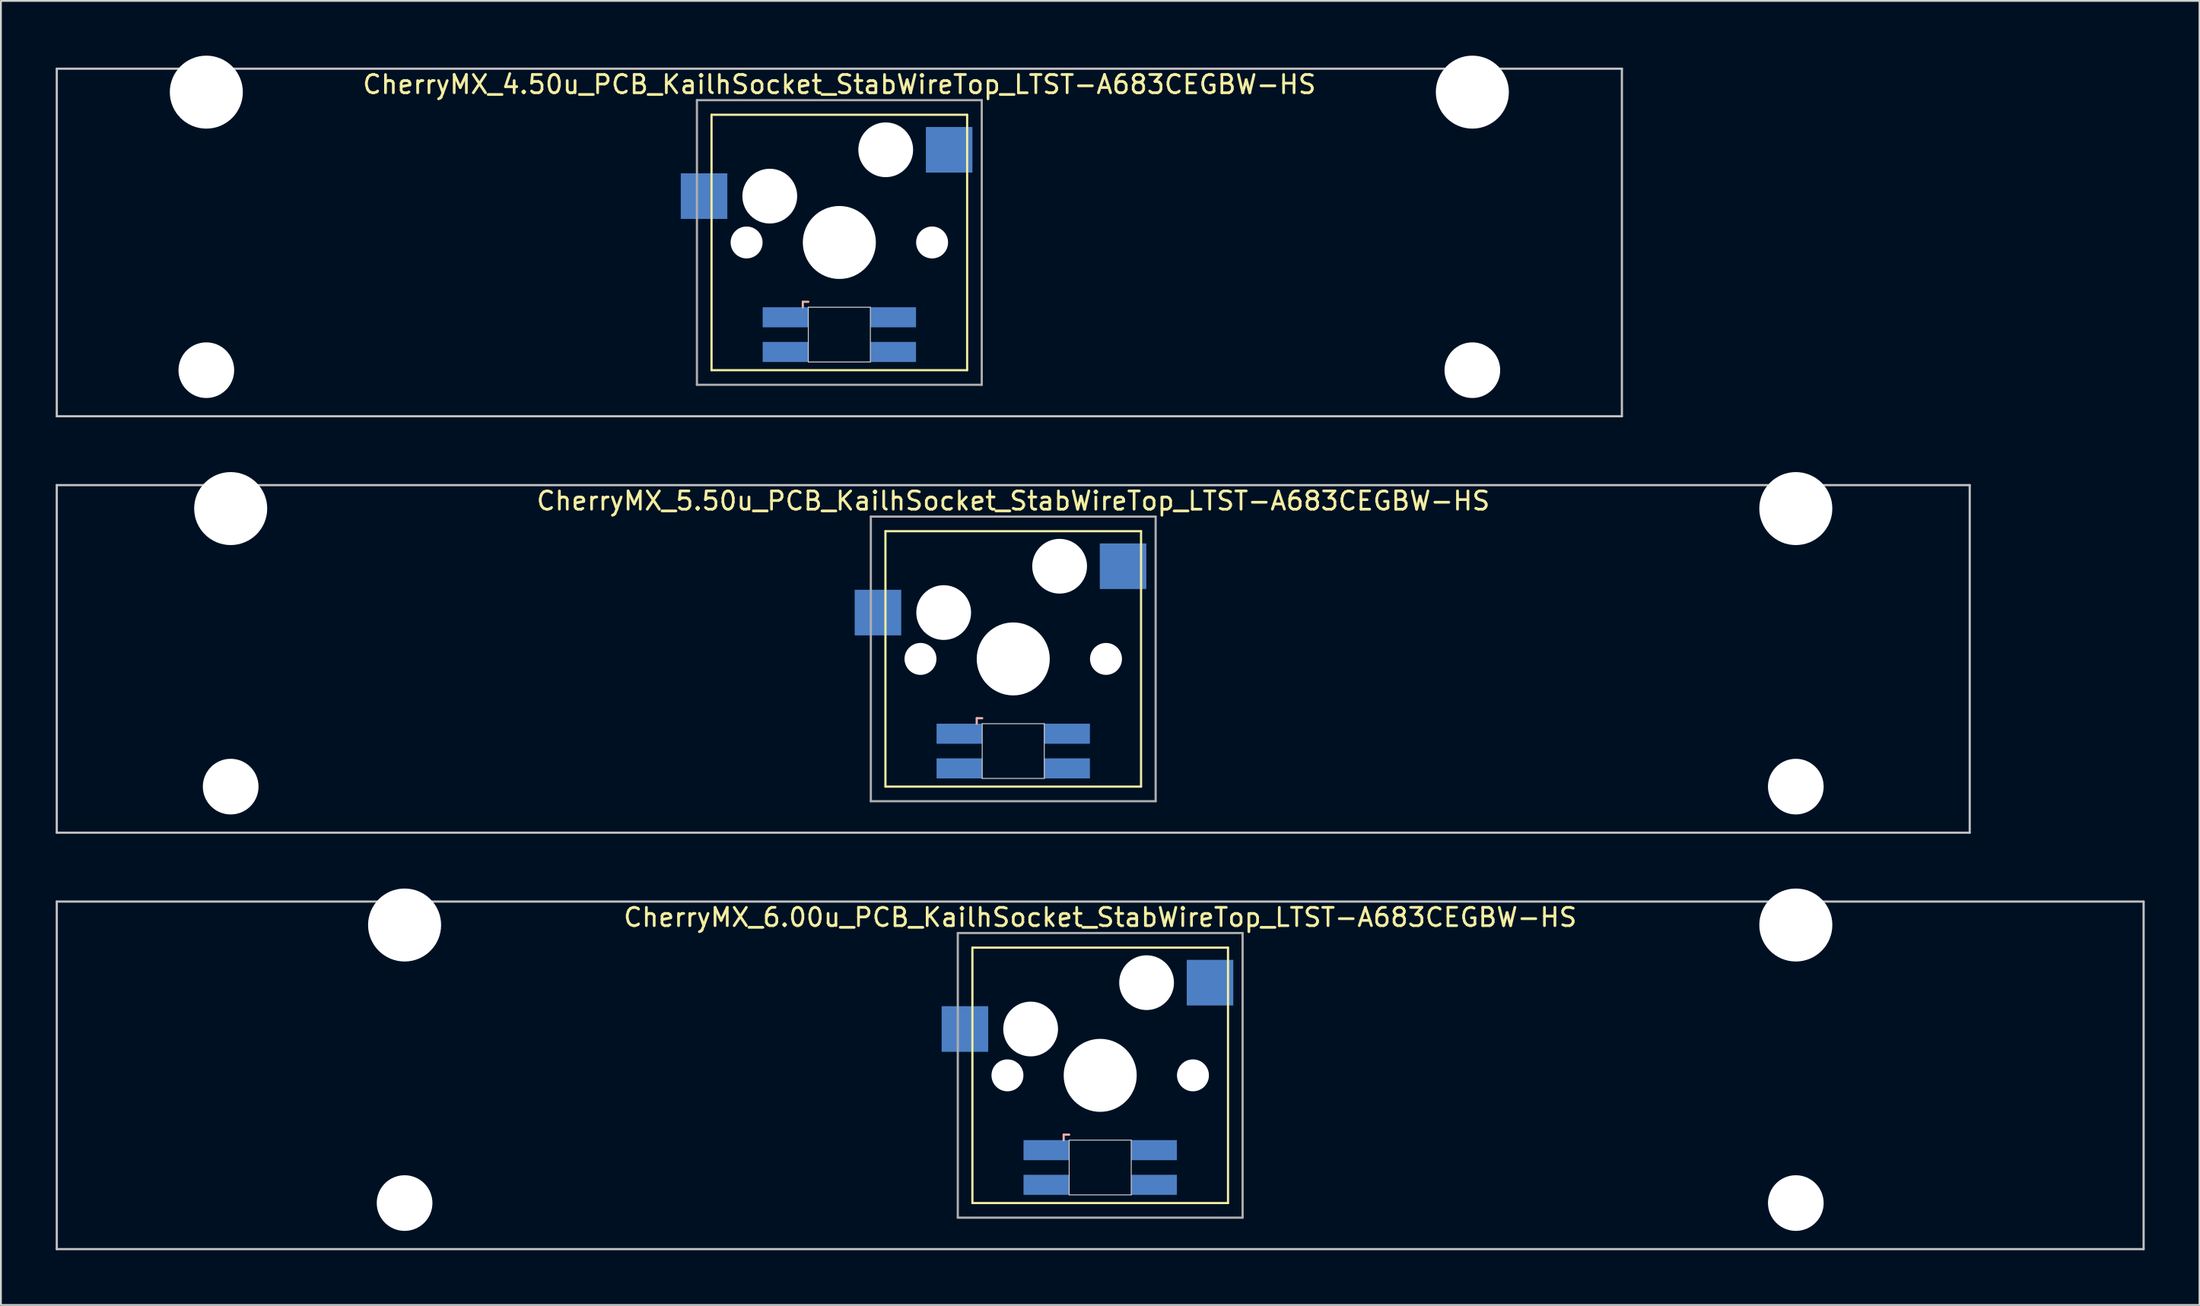
<source format=kicad_pcb>
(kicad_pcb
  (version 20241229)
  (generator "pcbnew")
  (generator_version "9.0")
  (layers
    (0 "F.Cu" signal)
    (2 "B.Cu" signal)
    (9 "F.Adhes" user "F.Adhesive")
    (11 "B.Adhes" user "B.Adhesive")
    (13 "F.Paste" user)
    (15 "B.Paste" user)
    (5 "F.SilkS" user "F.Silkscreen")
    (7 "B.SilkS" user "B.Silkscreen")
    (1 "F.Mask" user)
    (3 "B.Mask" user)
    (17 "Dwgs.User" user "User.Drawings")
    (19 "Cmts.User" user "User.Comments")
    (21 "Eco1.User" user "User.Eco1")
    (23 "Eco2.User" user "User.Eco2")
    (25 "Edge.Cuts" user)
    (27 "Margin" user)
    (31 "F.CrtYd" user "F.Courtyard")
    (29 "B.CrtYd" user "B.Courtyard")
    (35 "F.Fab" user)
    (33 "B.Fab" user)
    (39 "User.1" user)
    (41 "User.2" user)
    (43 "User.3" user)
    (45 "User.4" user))
  (footprint "CherryMX_6.00u_PCB_KailhSocket_StabWireTop_LTST-A683CEGBW-HS"
    (layer "F.Cu")
    (at 57.21 55.89)
    (property "Reference" "CherryMX_6.00u_PCB_KailhSocket_StabWireTop_LTST-A683CEGBW-HS" (at 0 -8.662 0) (layer "F.SilkS") (effects (font (size 1 1) (thickness 0.15))))
    (attr through_hole)
    (fp_line (start -7 -7) (end -7 7) (stroke (width 0.12) (type solid)) (layer "F.SilkS"))
    (fp_line (start -7 -7) (end 7 -7) (stroke (width 0.12) (type solid)) (layer "F.SilkS"))
    (fp_line (start 7 -7) (end 7 7) (stroke (width 0.12) (type solid)) (layer "F.SilkS"))
    (fp_line (start 7 7) (end -7 7) (stroke (width 0.12) (type solid)) (layer "F.SilkS"))
    (fp_line (start -2 3.25) (end -2 3.55) (stroke (width 0.12) (type solid)) (layer "B.SilkS"))
    (fp_line (start -1.7 3.25) (end -2 3.25) (stroke (width 0.12) (type solid)) (layer "B.SilkS"))
    (fp_line (start -57.15 -9.525) (end 57.15 -9.525) (stroke (width 0.12) (type solid)) (layer "Dwgs.User"))
    (fp_line (start -57.15 9.525) (end -57.15 -9.525) (stroke (width 0.12) (type solid)) (layer "Dwgs.User"))
    (fp_line (start 57.15 -9.525) (end 57.15 9.525) (stroke (width 0.12) (type solid)) (layer "Dwgs.User"))
    (fp_line (start 57.15 9.525) (end -57.15 9.525) (stroke (width 0.12) (type solid)) (layer "Dwgs.User"))
    (fp_line (start -1.7 3.55) (end 1.7 3.55) (stroke (width 0.05) (type solid)) (layer "Edge.Cuts"))
    (fp_line (start -1.7 6.55) (end -1.7 3.55) (stroke (width 0.05) (type solid)) (layer "Edge.Cuts"))
    (fp_line (start 1.7 3.55) (end 1.7 6.55) (stroke (width 0.05) (type solid)) (layer "Edge.Cuts"))
    (fp_line (start 1.7 6.55) (end -1.7 6.55) (stroke (width 0.05) (type solid)) (layer "Edge.Cuts"))
    (fp_line (start -7.8 -7.8) (end -7.8 7.8) (stroke (width 0.12) (type solid)) (layer "F.Fab"))
    (fp_line (start -7.8 -7.8) (end 7.8 -7.8) (stroke (width 0.12) (type solid)) (layer "F.Fab"))
    (fp_line (start -7.8 7.8) (end 7.8 7.8) (stroke (width 0.12) (type solid)) (layer "F.Fab"))
    (fp_line (start 7.8 -7.8) (end 7.8 7.8) (stroke (width 0.12) (type solid)) (layer "F.Fab"))
    (pad "" np_thru_hole circle (at -38.1 -8.24) (size 4 4) (drill 4) (layers "*.Cu" "*.Mask"))
    (pad "" np_thru_hole circle (at -38.1 7) (size 3.05 3.05) (drill 3.05) (layers "*.Cu" "*.Mask"))
    (pad "" np_thru_hole circle (at -5.08 0) (size 1.75 1.75) (drill 1.75) (layers "*.Cu" "*.Mask"))
    (pad "" np_thru_hole circle (at -3.81 -2.54) (size 3 3) (drill 3) (layers "*.Cu" "*.Mask"))
    (pad "" np_thru_hole circle (at 0 0) (size 4 4) (drill 4) (layers "*.Cu" "*.Mask"))
    (pad "" np_thru_hole circle (at 2.54 -5.08) (size 3 3) (drill 3) (layers "*.Cu" "*.Mask"))
    (pad "" np_thru_hole circle (at 5.08 0) (size 1.75 1.75) (drill 1.75) (layers "*.Cu" "*.Mask"))
    (pad "" np_thru_hole circle (at 38.1 -8.24) (size 4 4) (drill 4) (layers "*.Cu" "*.Mask"))
    (pad "" np_thru_hole circle (at 38.1 7) (size 3.05 3.05) (drill 3.05) (layers "*.Cu" "*.Mask"))
    (pad "1" smd rect (at -7.41 -2.54) (size 2.55 2.5) (layers "B.Cu" "B.Mask" "B.Paste"))
    (pad "2" smd rect (at 6.015 -5.08) (size 2.55 2.5) (layers "B.Cu" "B.Mask" "B.Paste"))
    (pad "3" smd rect (at -2.95 4.1) (size 2.5 1.1) (layers "B.Cu" "B.Mask" "B.Paste"))
    (pad "4" smd rect (at -2.95 6) (size 2.5 1.1) (layers "B.Cu" "B.Mask" "B.Paste"))
    (pad "5" smd rect (at 2.95 4.1) (size 2.5 1.1) (layers "B.Cu" "B.Mask" "B.Paste"))
    (pad "6" smd rect (at 2.95 6) (size 2.5 1.1) (layers "B.Cu" "B.Mask" "B.Paste")))
  (footprint "CherryMX_5.50u_PCB_KailhSocket_StabWireTop_LTST-A683CEGBW-HS"
    (layer "F.Cu")
    (at 52.447 33.065)
    (property "Reference" "CherryMX_5.50u_PCB_KailhSocket_StabWireTop_LTST-A683CEGBW-HS" (at 0 -8.662 0) (layer "F.SilkS") (effects (font (size 1 1) (thickness 0.15))))
    (attr through_hole)
    (fp_line (start -7 -7) (end -7 7) (stroke (width 0.12) (type solid)) (layer "F.SilkS"))
    (fp_line (start -7 -7) (end 7 -7) (stroke (width 0.12) (type solid)) (layer "F.SilkS"))
    (fp_line (start 7 -7) (end 7 7) (stroke (width 0.12) (type solid)) (layer "F.SilkS"))
    (fp_line (start 7 7) (end -7 7) (stroke (width 0.12) (type solid)) (layer "F.SilkS"))
    (fp_line (start -2 3.25) (end -2 3.55) (stroke (width 0.12) (type solid)) (layer "B.SilkS"))
    (fp_line (start -1.7 3.25) (end -2 3.25) (stroke (width 0.12) (type solid)) (layer "B.SilkS"))
    (fp_line (start -52.388 -9.525) (end 52.388 -9.525) (stroke (width 0.12) (type solid)) (layer "Dwgs.User"))
    (fp_line (start -52.388 9.525) (end -52.388 -9.525) (stroke (width 0.12) (type solid)) (layer "Dwgs.User"))
    (fp_line (start 52.388 -9.525) (end 52.388 9.525) (stroke (width 0.12) (type solid)) (layer "Dwgs.User"))
    (fp_line (start 52.388 9.525) (end -52.388 9.525) (stroke (width 0.12) (type solid)) (layer "Dwgs.User"))
    (fp_line (start -1.7 3.55) (end 1.7 3.55) (stroke (width 0.05) (type solid)) (layer "Edge.Cuts"))
    (fp_line (start -1.7 6.55) (end -1.7 3.55) (stroke (width 0.05) (type solid)) (layer "Edge.Cuts"))
    (fp_line (start 1.7 3.55) (end 1.7 6.55) (stroke (width 0.05) (type solid)) (layer "Edge.Cuts"))
    (fp_line (start 1.7 6.55) (end -1.7 6.55) (stroke (width 0.05) (type solid)) (layer "Edge.Cuts"))
    (fp_line (start -7.8 -7.8) (end -7.8 7.8) (stroke (width 0.12) (type solid)) (layer "F.Fab"))
    (fp_line (start -7.8 -7.8) (end 7.8 -7.8) (stroke (width 0.12) (type solid)) (layer "F.Fab"))
    (fp_line (start -7.8 7.8) (end 7.8 7.8) (stroke (width 0.12) (type solid)) (layer "F.Fab"))
    (fp_line (start 7.8 -7.8) (end 7.8 7.8) (stroke (width 0.12) (type solid)) (layer "F.Fab"))
    (pad "" np_thru_hole circle (at -42.862 -8.24) (size 4 4) (drill 4) (layers "*.Cu" "*.Mask"))
    (pad "" np_thru_hole circle (at -42.862 7) (size 3.05 3.05) (drill 3.05) (layers "*.Cu" "*.Mask"))
    (pad "" np_thru_hole circle (at -5.08 0) (size 1.75 1.75) (drill 1.75) (layers "*.Cu" "*.Mask"))
    (pad "" np_thru_hole circle (at -3.81 -2.54) (size 3 3) (drill 3) (layers "*.Cu" "*.Mask"))
    (pad "" np_thru_hole circle (at 0 0) (size 4 4) (drill 4) (layers "*.Cu" "*.Mask"))
    (pad "" np_thru_hole circle (at 2.54 -5.08) (size 3 3) (drill 3) (layers "*.Cu" "*.Mask"))
    (pad "" np_thru_hole circle (at 5.08 0) (size 1.75 1.75) (drill 1.75) (layers "*.Cu" "*.Mask"))
    (pad "" np_thru_hole circle (at 42.862 -8.24) (size 4 4) (drill 4) (layers "*.Cu" "*.Mask"))
    (pad "" np_thru_hole circle (at 42.862 7) (size 3.05 3.05) (drill 3.05) (layers "*.Cu" "*.Mask"))
    (pad "1" smd rect (at -7.41 -2.54) (size 2.55 2.5) (layers "B.Cu" "B.Mask" "B.Paste"))
    (pad "2" smd rect (at 6.015 -5.08) (size 2.55 2.5) (layers "B.Cu" "B.Mask" "B.Paste"))
    (pad "3" smd rect (at -2.95 4.1) (size 2.5 1.1) (layers "B.Cu" "B.Mask" "B.Paste"))
    (pad "4" smd rect (at -2.95 6) (size 2.5 1.1) (layers "B.Cu" "B.Mask" "B.Paste"))
    (pad "5" smd rect (at 2.95 4.1) (size 2.5 1.1) (layers "B.Cu" "B.Mask" "B.Paste"))
    (pad "6" smd rect (at 2.95 6) (size 2.5 1.1) (layers "B.Cu" "B.Mask" "B.Paste")))
  (footprint "CherryMX_4.50u_PCB_KailhSocket_StabWireTop_LTST-A683CEGBW-HS"
    (layer "F.Cu")
    (at 42.922 10.24)
    (property "Reference" "CherryMX_4.50u_PCB_KailhSocket_StabWireTop_LTST-A683CEGBW-HS" (at 0 -8.662 0) (layer "F.SilkS") (effects (font (size 1 1) (thickness 0.15))))
    (attr through_hole)
    (fp_line (start -7 -7) (end -7 7) (stroke (width 0.12) (type solid)) (layer "F.SilkS"))
    (fp_line (start -7 -7) (end 7 -7) (stroke (width 0.12) (type solid)) (layer "F.SilkS"))
    (fp_line (start 7 -7) (end 7 7) (stroke (width 0.12) (type solid)) (layer "F.SilkS"))
    (fp_line (start 7 7) (end -7 7) (stroke (width 0.12) (type solid)) (layer "F.SilkS"))
    (fp_line (start -2 3.25) (end -2 3.55) (stroke (width 0.12) (type solid)) (layer "B.SilkS"))
    (fp_line (start -1.7 3.25) (end -2 3.25) (stroke (width 0.12) (type solid)) (layer "B.SilkS"))
    (fp_line (start -42.862 -9.525) (end 42.862 -9.525) (stroke (width 0.12) (type solid)) (layer "Dwgs.User"))
    (fp_line (start -42.862 9.525) (end -42.862 -9.525) (stroke (width 0.12) (type solid)) (layer "Dwgs.User"))
    (fp_line (start 42.862 -9.525) (end 42.862 9.525) (stroke (width 0.12) (type solid)) (layer "Dwgs.User"))
    (fp_line (start 42.862 9.525) (end -42.862 9.525) (stroke (width 0.12) (type solid)) (layer "Dwgs.User"))
    (fp_line (start -1.7 3.55) (end 1.7 3.55) (stroke (width 0.05) (type solid)) (layer "Edge.Cuts"))
    (fp_line (start -1.7 6.55) (end -1.7 3.55) (stroke (width 0.05) (type solid)) (layer "Edge.Cuts"))
    (fp_line (start 1.7 3.55) (end 1.7 6.55) (stroke (width 0.05) (type solid)) (layer "Edge.Cuts"))
    (fp_line (start 1.7 6.55) (end -1.7 6.55) (stroke (width 0.05) (type solid)) (layer "Edge.Cuts"))
    (fp_line (start -7.8 -7.8) (end -7.8 7.8) (stroke (width 0.12) (type solid)) (layer "F.Fab"))
    (fp_line (start -7.8 -7.8) (end 7.8 -7.8) (stroke (width 0.12) (type solid)) (layer "F.Fab"))
    (fp_line (start -7.8 7.8) (end 7.8 7.8) (stroke (width 0.12) (type solid)) (layer "F.Fab"))
    (fp_line (start 7.8 -7.8) (end 7.8 7.8) (stroke (width 0.12) (type solid)) (layer "F.Fab"))
    (pad "" np_thru_hole circle (at -34.671 -8.24) (size 4 4) (drill 4) (layers "*.Cu" "*.Mask"))
    (pad "" np_thru_hole circle (at -34.671 7) (size 3.05 3.05) (drill 3.05) (layers "*.Cu" "*.Mask"))
    (pad "" np_thru_hole circle (at -5.08 0) (size 1.75 1.75) (drill 1.75) (layers "*.Cu" "*.Mask"))
    (pad "" np_thru_hole circle (at -3.81 -2.54) (size 3 3) (drill 3) (layers "*.Cu" "*.Mask"))
    (pad "" np_thru_hole circle (at 0 0) (size 4 4) (drill 4) (layers "*.Cu" "*.Mask"))
    (pad "" np_thru_hole circle (at 2.54 -5.08) (size 3 3) (drill 3) (layers "*.Cu" "*.Mask"))
    (pad "" np_thru_hole circle (at 5.08 0) (size 1.75 1.75) (drill 1.75) (layers "*.Cu" "*.Mask"))
    (pad "" np_thru_hole circle (at 34.671 -8.24) (size 4 4) (drill 4) (layers "*.Cu" "*.Mask"))
    (pad "" np_thru_hole circle (at 34.671 7) (size 3.05 3.05) (drill 3.05) (layers "*.Cu" "*.Mask"))
    (pad "1" smd rect (at -7.41 -2.54) (size 2.55 2.5) (layers "B.Cu" "B.Mask" "B.Paste"))
    (pad "2" smd rect (at 6.015 -5.08) (size 2.55 2.5) (layers "B.Cu" "B.Mask" "B.Paste"))
    (pad "3" smd rect (at -2.95 4.1) (size 2.5 1.1) (layers "B.Cu" "B.Mask" "B.Paste"))
    (pad "4" smd rect (at -2.95 6) (size 2.5 1.1) (layers "B.Cu" "B.Mask" "B.Paste"))
    (pad "5" smd rect (at 2.95 4.1) (size 2.5 1.1) (layers "B.Cu" "B.Mask" "B.Paste"))
    (pad "6" smd rect (at 2.95 6) (size 2.5 1.1) (layers "B.Cu" "B.Mask" "B.Paste")))
  (gr_rect
    (start -3 -3)
    (end 117.42 68.475)
    (stroke (width 0.1) (type default))
    (fill no)
    (layer "Edge.Cuts")))
</source>
